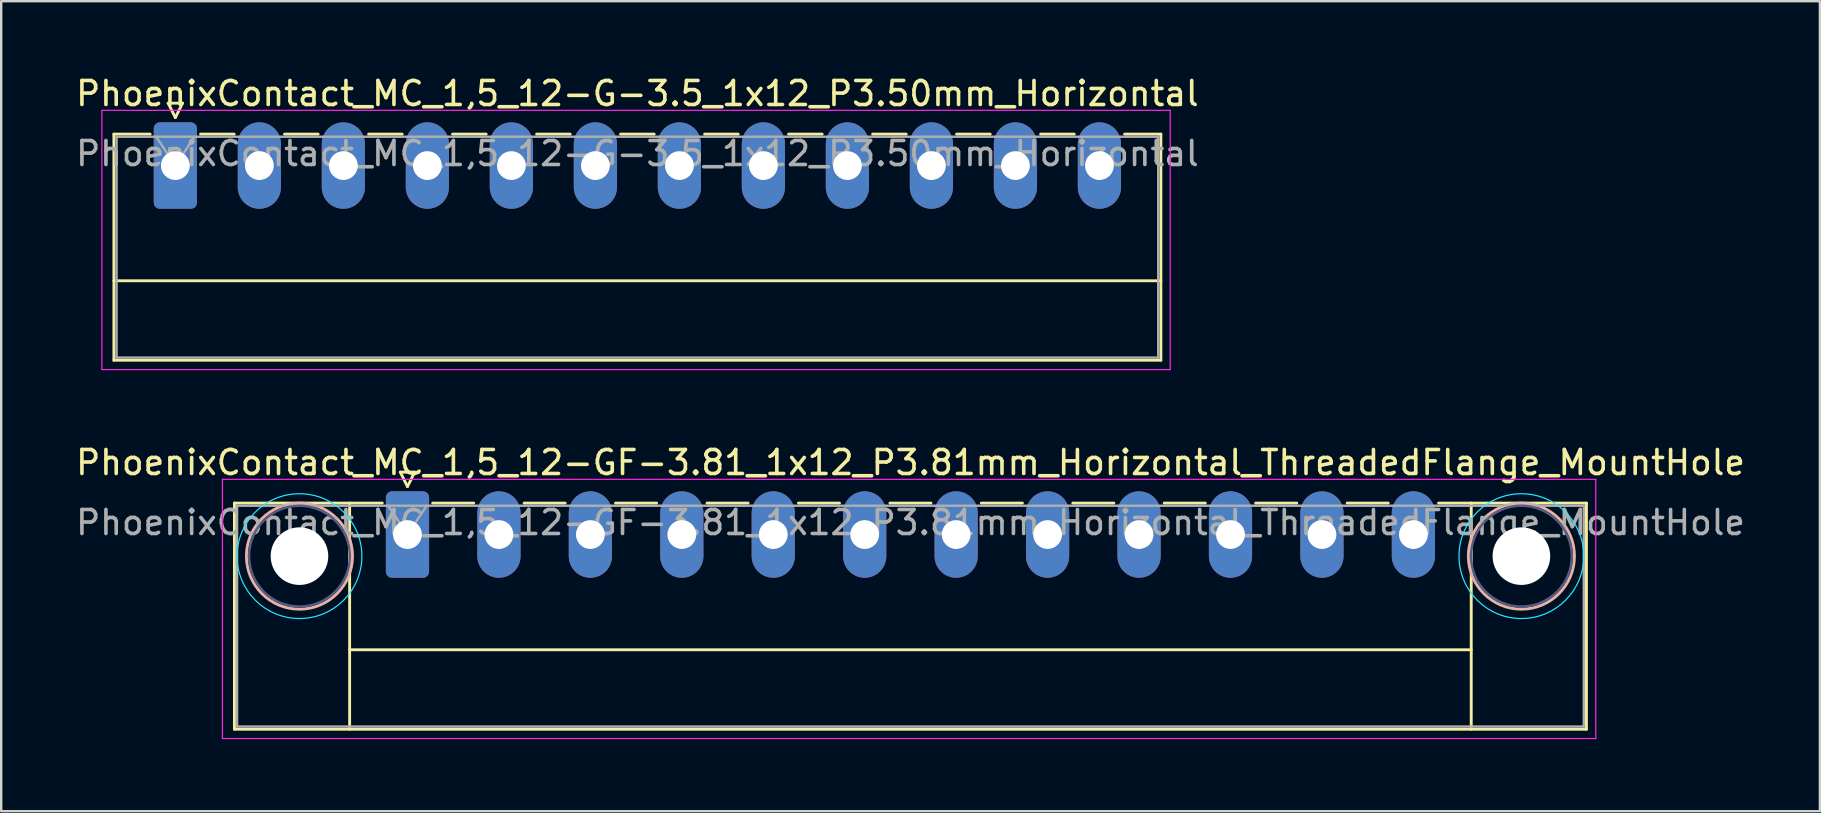
<source format=kicad_pcb>
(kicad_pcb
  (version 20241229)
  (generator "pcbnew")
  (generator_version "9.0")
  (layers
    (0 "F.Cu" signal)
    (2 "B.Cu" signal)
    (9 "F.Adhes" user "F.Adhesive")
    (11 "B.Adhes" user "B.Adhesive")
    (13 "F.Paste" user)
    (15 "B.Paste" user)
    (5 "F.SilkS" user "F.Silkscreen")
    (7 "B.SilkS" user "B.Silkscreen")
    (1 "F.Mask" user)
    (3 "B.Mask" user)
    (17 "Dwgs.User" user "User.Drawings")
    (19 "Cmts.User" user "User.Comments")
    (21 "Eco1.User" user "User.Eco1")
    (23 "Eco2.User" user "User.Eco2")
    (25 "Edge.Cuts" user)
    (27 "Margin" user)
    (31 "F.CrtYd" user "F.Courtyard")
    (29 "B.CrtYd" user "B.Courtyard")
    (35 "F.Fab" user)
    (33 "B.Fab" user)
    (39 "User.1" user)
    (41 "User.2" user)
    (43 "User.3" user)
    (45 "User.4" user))
  (footprint "PhoenixContact_MC_1,5_12-GF-3.81_1x12_P3.81mm_Horizontal_ThreadedFlange_MountHole"
    (layer "F.Cu")
    (at 13.927 19.221)
    (property "Reference" "PhoenixContact_MC_1,5_12-GF-3.81_1x12_P3.81mm_Horizontal_ThreadedFlange_MountHole" (at 20.96 -3 0) (layer "F.SilkS") (effects (font (size 1 1) (thickness 0.15))))
    (attr through_hole)
    (fp_line (start -7.21 -1.31) (end -7.21 8.11) (stroke (width 0.12) (type solid)) (layer "F.SilkS"))
    (fp_line (start -7.21 -1.31) (end -1.05 -1.31) (stroke (width 0.12) (type solid)) (layer "F.SilkS"))
    (fp_line (start -7.21 8.11) (end 49.12 8.11) (stroke (width 0.12) (type solid)) (layer "F.SilkS"))
    (fp_line (start -2.41 -1.31) (end -2.41 8.11) (stroke (width 0.12) (type solid)) (layer "F.SilkS"))
    (fp_line (start -2.41 4.8) (end 44.32 4.8) (stroke (width 0.12) (type solid)) (layer "F.SilkS"))
    (fp_line (start -0.3 -2.6) (end 0.3 -2.6) (stroke (width 0.12) (type solid)) (layer "F.SilkS"))
    (fp_line (start 0 -2) (end -0.3 -2.6) (stroke (width 0.12) (type solid)) (layer "F.SilkS"))
    (fp_line (start 0.3 -2.6) (end 0 -2) (stroke (width 0.12) (type solid)) (layer "F.SilkS"))
    (fp_line (start 1.05 -1.31) (end 2.76 -1.31) (stroke (width 0.12) (type solid)) (layer "F.SilkS"))
    (fp_line (start 4.86 -1.31) (end 6.57 -1.31) (stroke (width 0.12) (type solid)) (layer "F.SilkS"))
    (fp_line (start 8.67 -1.31) (end 10.38 -1.31) (stroke (width 0.12) (type solid)) (layer "F.SilkS"))
    (fp_line (start 12.48 -1.31) (end 14.19 -1.31) (stroke (width 0.12) (type solid)) (layer "F.SilkS"))
    (fp_line (start 16.29 -1.31) (end 18 -1.31) (stroke (width 0.12) (type solid)) (layer "F.SilkS"))
    (fp_line (start 20.1 -1.31) (end 21.81 -1.31) (stroke (width 0.12) (type solid)) (layer "F.SilkS"))
    (fp_line (start 23.91 -1.31) (end 25.62 -1.31) (stroke (width 0.12) (type solid)) (layer "F.SilkS"))
    (fp_line (start 27.72 -1.31) (end 29.43 -1.31) (stroke (width 0.12) (type solid)) (layer "F.SilkS"))
    (fp_line (start 31.53 -1.31) (end 33.24 -1.31) (stroke (width 0.12) (type solid)) (layer "F.SilkS"))
    (fp_line (start 35.34 -1.31) (end 37.05 -1.31) (stroke (width 0.12) (type solid)) (layer "F.SilkS"))
    (fp_line (start 39.15 -1.31) (end 40.86 -1.31) (stroke (width 0.12) (type solid)) (layer "F.SilkS"))
    (fp_line (start 44.32 -1.31) (end 44.32 8.11) (stroke (width 0.12) (type solid)) (layer "F.SilkS"))
    (fp_line (start 49.12 -1.31) (end 42.96 -1.31) (stroke (width 0.12) (type solid)) (layer "F.SilkS"))
    (fp_line (start 49.12 8.11) (end 49.12 -1.31) (stroke (width 0.12) (type solid)) (layer "F.SilkS"))
    (fp_circle (center -4.5 0.9) (end -2.29 0.9) (stroke (width 0.12) (type solid)) (fill no) (layer "B.SilkS"))
    (fp_circle (center 46.41 0.9) (end 48.62 0.9) (stroke (width 0.12) (type solid)) (fill no) (layer "B.SilkS"))
    (fp_circle (center -4.5 0.9) (end -1.9 0.9) (stroke (width 0.05) (type solid)) (fill no) (layer "B.CrtYd"))
    (fp_circle (center 46.41 0.9) (end 49.01 0.9) (stroke (width 0.05) (type solid)) (fill no) (layer "B.CrtYd"))
    (fp_line (start -7.71 -2.3) (end -7.71 8.5) (stroke (width 0.05) (type solid)) (layer "F.CrtYd"))
    (fp_line (start -7.71 8.5) (end 49.51 8.5) (stroke (width 0.05) (type solid)) (layer "F.CrtYd"))
    (fp_line (start 49.51 -2.3) (end -7.71 -2.3) (stroke (width 0.05) (type solid)) (layer "F.CrtYd"))
    (fp_line (start 49.51 8.5) (end 49.51 -2.3) (stroke (width 0.05) (type solid)) (layer "F.CrtYd"))
    (fp_circle (center -4.5 0.9) (end -2.4 0.9) (stroke (width 0.1) (type solid)) (fill no) (layer "B.Fab"))
    (fp_circle (center 46.41 0.9) (end 48.51 0.9) (stroke (width 0.1) (type solid)) (fill no) (layer "B.Fab"))
    (fp_line (start -7.1 -1.2) (end -7.1 8) (stroke (width 0.1) (type solid)) (layer "F.Fab"))
    (fp_line (start -7.1 8) (end 49.01 8) (stroke (width 0.1) (type solid)) (layer "F.Fab"))
    (fp_line (start 0 0) (end -0.8 -1.2) (stroke (width 0.1) (type solid)) (layer "F.Fab"))
    (fp_line (start 0.8 -1.2) (end 0 0) (stroke (width 0.1) (type solid)) (layer "F.Fab"))
    (fp_line (start 49.01 -1.2) (end -7.1 -1.2) (stroke (width 0.1) (type solid)) (layer "F.Fab"))
    (fp_line (start 49.01 8) (end 49.01 -1.2) (stroke (width 0.1) (type solid)) (layer "F.Fab"))
    (fp_text user "${REFERENCE}" (at 20.96 -0.5 0) (layer "F.Fab") (effects (font (size 1 1) (thickness 0.15))))
    (pad "" np_thru_hole circle (at -4.5 0.9) (size 2.4 2.4) (drill 2.4) (layers "*.Cu" "*.Mask"))
    (pad "" np_thru_hole circle (at 46.41 0.9) (size 2.4 2.4) (drill 2.4) (layers "*.Cu" "*.Mask"))
    (pad "1" thru_hole roundrect (at 0 0) (size 1.8 3.6) (drill 1.2) (layers "*.Cu" "*.Mask") (roundrect_rratio 0.139))
    (pad "2" thru_hole oval (at 3.81 0) (size 1.8 3.6) (drill 1.2) (layers "*.Cu" "*.Mask"))
    (pad "3" thru_hole oval (at 7.62 0) (size 1.8 3.6) (drill 1.2) (layers "*.Cu" "*.Mask"))
    (pad "4" thru_hole oval (at 11.43 0) (size 1.8 3.6) (drill 1.2) (layers "*.Cu" "*.Mask"))
    (pad "5" thru_hole oval (at 15.24 0) (size 1.8 3.6) (drill 1.2) (layers "*.Cu" "*.Mask"))
    (pad "6" thru_hole oval (at 19.05 0) (size 1.8 3.6) (drill 1.2) (layers "*.Cu" "*.Mask"))
    (pad "7" thru_hole oval (at 22.86 0) (size 1.8 3.6) (drill 1.2) (layers "*.Cu" "*.Mask"))
    (pad "8" thru_hole oval (at 26.67 0) (size 1.8 3.6) (drill 1.2) (layers "*.Cu" "*.Mask"))
    (pad "9" thru_hole oval (at 30.48 0) (size 1.8 3.6) (drill 1.2) (layers "*.Cu" "*.Mask"))
    (pad "10" thru_hole oval (at 34.29 0) (size 1.8 3.6) (drill 1.2) (layers "*.Cu" "*.Mask"))
    (pad "11" thru_hole oval (at 38.1 0) (size 1.8 3.6) (drill 1.2) (layers "*.Cu" "*.Mask"))
    (pad "12" thru_hole oval (at 41.91 0) (size 1.8 3.6) (drill 1.2) (layers "*.Cu" "*.Mask")))
  (footprint "PhoenixContact_MC_1,5_12-G-3.5_1x12_P3.50mm_Horizontal"
    (layer "F.Cu")
    (at 4.256 3.848)
    (property "Reference" "PhoenixContact_MC_1,5_12-G-3.5_1x12_P3.50mm_Horizontal" (at 19.25 -3 0) (layer "F.SilkS") (effects (font (size 1 1) (thickness 0.15))))
    (attr through_hole)
    (fp_line (start -2.56 -1.31) (end -2.56 8.11) (stroke (width 0.12) (type solid)) (layer "F.SilkS"))
    (fp_line (start -2.56 -1.31) (end -1.05 -1.31) (stroke (width 0.12) (type solid)) (layer "F.SilkS"))
    (fp_line (start -2.56 4.8) (end 41.06 4.8) (stroke (width 0.12) (type solid)) (layer "F.SilkS"))
    (fp_line (start -2.56 8.11) (end 41.06 8.11) (stroke (width 0.12) (type solid)) (layer "F.SilkS"))
    (fp_line (start -0.3 -2.6) (end 0.3 -2.6) (stroke (width 0.12) (type solid)) (layer "F.SilkS"))
    (fp_line (start 0 -2) (end -0.3 -2.6) (stroke (width 0.12) (type solid)) (layer "F.SilkS"))
    (fp_line (start 0.3 -2.6) (end 0 -2) (stroke (width 0.12) (type solid)) (layer "F.SilkS"))
    (fp_line (start 1.05 -1.31) (end 2.45 -1.31) (stroke (width 0.12) (type solid)) (layer "F.SilkS"))
    (fp_line (start 4.55 -1.31) (end 5.95 -1.31) (stroke (width 0.12) (type solid)) (layer "F.SilkS"))
    (fp_line (start 8.05 -1.31) (end 9.45 -1.31) (stroke (width 0.12) (type solid)) (layer "F.SilkS"))
    (fp_line (start 11.55 -1.31) (end 12.95 -1.31) (stroke (width 0.12) (type solid)) (layer "F.SilkS"))
    (fp_line (start 15.05 -1.31) (end 16.45 -1.31) (stroke (width 0.12) (type solid)) (layer "F.SilkS"))
    (fp_line (start 18.55 -1.31) (end 19.95 -1.31) (stroke (width 0.12) (type solid)) (layer "F.SilkS"))
    (fp_line (start 22.05 -1.31) (end 23.45 -1.31) (stroke (width 0.12) (type solid)) (layer "F.SilkS"))
    (fp_line (start 25.55 -1.31) (end 26.95 -1.31) (stroke (width 0.12) (type solid)) (layer "F.SilkS"))
    (fp_line (start 29.05 -1.31) (end 30.45 -1.31) (stroke (width 0.12) (type solid)) (layer "F.SilkS"))
    (fp_line (start 32.55 -1.31) (end 33.95 -1.31) (stroke (width 0.12) (type solid)) (layer "F.SilkS"))
    (fp_line (start 36.05 -1.31) (end 37.45 -1.31) (stroke (width 0.12) (type solid)) (layer "F.SilkS"))
    (fp_line (start 41.06 -1.31) (end 39.55 -1.31) (stroke (width 0.12) (type solid)) (layer "F.SilkS"))
    (fp_line (start 41.06 8.11) (end 41.06 -1.31) (stroke (width 0.12) (type solid)) (layer "F.SilkS"))
    (fp_line (start -3.06 -2.3) (end -3.06 8.5) (stroke (width 0.05) (type solid)) (layer "F.CrtYd"))
    (fp_line (start -3.06 8.5) (end 41.45 8.5) (stroke (width 0.05) (type solid)) (layer "F.CrtYd"))
    (fp_line (start 41.45 -2.3) (end -3.06 -2.3) (stroke (width 0.05) (type solid)) (layer "F.CrtYd"))
    (fp_line (start 41.45 8.5) (end 41.45 -2.3) (stroke (width 0.05) (type solid)) (layer "F.CrtYd"))
    (fp_line (start -2.45 -1.2) (end -2.45 8) (stroke (width 0.1) (type solid)) (layer "F.Fab"))
    (fp_line (start -2.45 8) (end 40.95 8) (stroke (width 0.1) (type solid)) (layer "F.Fab"))
    (fp_line (start 0 0) (end -0.8 -1.2) (stroke (width 0.1) (type solid)) (layer "F.Fab"))
    (fp_line (start 0.8 -1.2) (end 0 0) (stroke (width 0.1) (type solid)) (layer "F.Fab"))
    (fp_line (start 40.95 -1.2) (end -2.45 -1.2) (stroke (width 0.1) (type solid)) (layer "F.Fab"))
    (fp_line (start 40.95 8) (end 40.95 -1.2) (stroke (width 0.1) (type solid)) (layer "F.Fab"))
    (fp_text user "${REFERENCE}" (at 19.25 -0.5 0) (layer "F.Fab") (effects (font (size 1 1) (thickness 0.15))))
    (pad "1" thru_hole roundrect (at 0 0) (size 1.8 3.6) (drill 1.2) (layers "*.Cu" "*.Mask") (roundrect_rratio 0.139))
    (pad "2" thru_hole oval (at 3.5 0) (size 1.8 3.6) (drill 1.2) (layers "*.Cu" "*.Mask"))
    (pad "3" thru_hole oval (at 7 0) (size 1.8 3.6) (drill 1.2) (layers "*.Cu" "*.Mask"))
    (pad "4" thru_hole oval (at 10.5 0) (size 1.8 3.6) (drill 1.2) (layers "*.Cu" "*.Mask"))
    (pad "5" thru_hole oval (at 14 0) (size 1.8 3.6) (drill 1.2) (layers "*.Cu" "*.Mask"))
    (pad "6" thru_hole oval (at 17.5 0) (size 1.8 3.6) (drill 1.2) (layers "*.Cu" "*.Mask"))
    (pad "7" thru_hole oval (at 21 0) (size 1.8 3.6) (drill 1.2) (layers "*.Cu" "*.Mask"))
    (pad "8" thru_hole oval (at 24.5 0) (size 1.8 3.6) (drill 1.2) (layers "*.Cu" "*.Mask"))
    (pad "9" thru_hole oval (at 28 0) (size 1.8 3.6) (drill 1.2) (layers "*.Cu" "*.Mask"))
    (pad "10" thru_hole oval (at 31.5 0) (size 1.8 3.6) (drill 1.2) (layers "*.Cu" "*.Mask"))
    (pad "11" thru_hole oval (at 35 0) (size 1.8 3.6) (drill 1.2) (layers "*.Cu" "*.Mask"))
    (pad "12" thru_hole oval (at 38.5 0) (size 1.8 3.6) (drill 1.2) (layers "*.Cu" "*.Mask")))
  (gr_rect
    (start -3 -3)
    (end 72.774 30.747)
    (stroke (width 0.1) (type default))
    (fill no)
    (layer "Edge.Cuts")))
</source>
